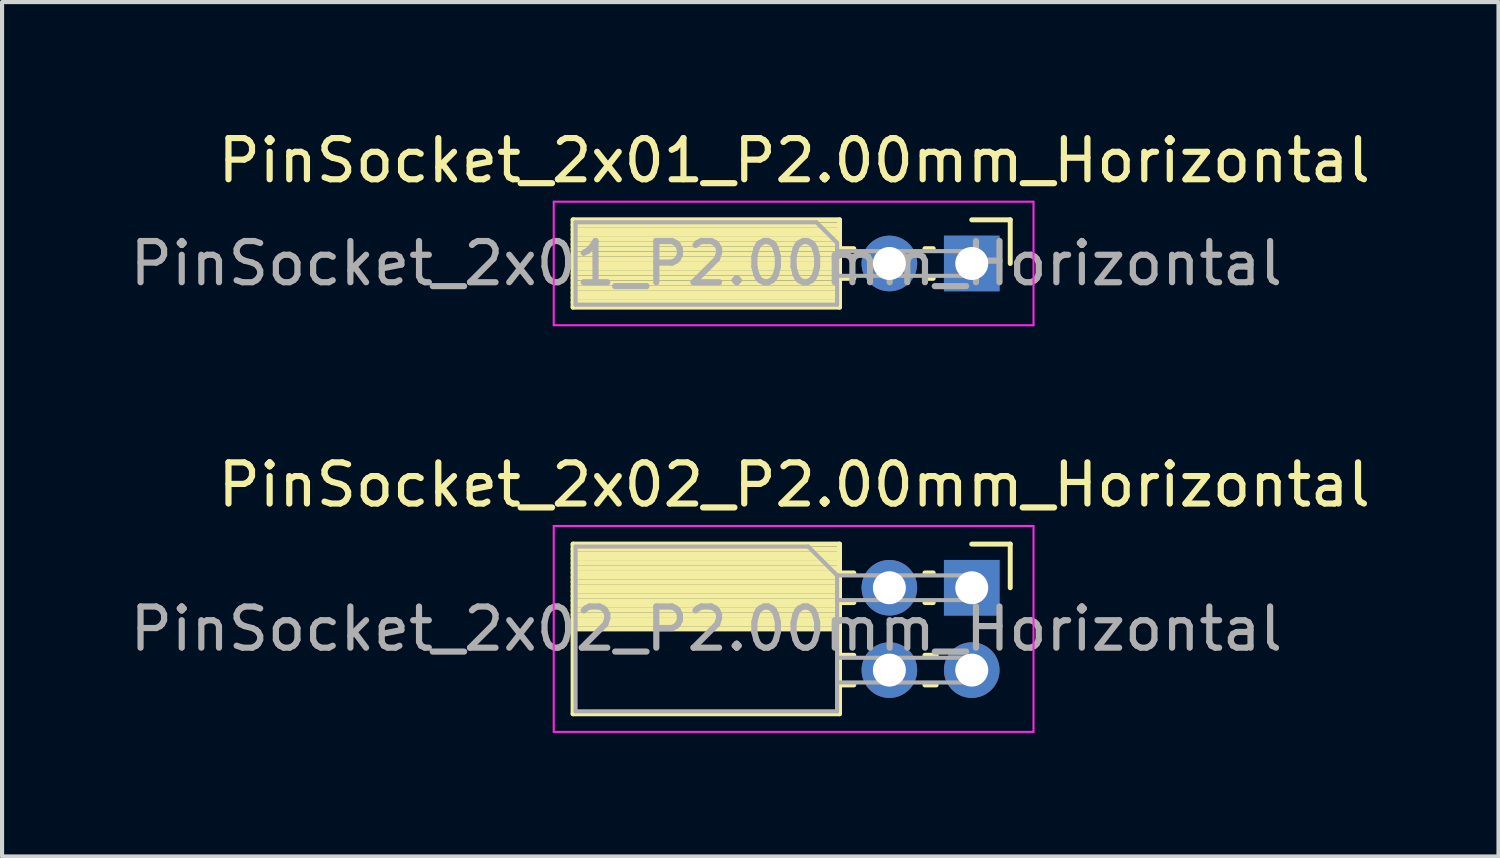
<source format=kicad_pcb>
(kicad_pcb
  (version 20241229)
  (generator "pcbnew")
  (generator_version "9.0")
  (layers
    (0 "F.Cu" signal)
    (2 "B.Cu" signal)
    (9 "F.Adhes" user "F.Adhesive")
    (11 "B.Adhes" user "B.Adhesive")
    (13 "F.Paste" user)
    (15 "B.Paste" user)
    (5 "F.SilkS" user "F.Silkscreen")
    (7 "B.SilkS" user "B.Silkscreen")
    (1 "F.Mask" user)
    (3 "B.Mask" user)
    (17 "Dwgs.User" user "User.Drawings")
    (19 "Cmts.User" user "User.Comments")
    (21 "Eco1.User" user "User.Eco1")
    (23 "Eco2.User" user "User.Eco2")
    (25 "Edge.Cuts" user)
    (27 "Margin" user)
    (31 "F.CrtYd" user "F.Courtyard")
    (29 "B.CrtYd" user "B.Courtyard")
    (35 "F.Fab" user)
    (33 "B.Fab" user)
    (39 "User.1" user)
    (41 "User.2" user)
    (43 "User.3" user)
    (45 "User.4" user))
  (footprint "PinSocket_2x01_P2.00mm_Horizontal"
    (layer "F.Cu")
    (at 20.546 3.348)
    (property "Reference" "PinSocket_2x01_P2.00mm_Horizontal" (at -4.31 -2.5 0) (layer "F.SilkS") (effects (font (size 1 1) (thickness 0.15))))
    (attr through_hole)
    (fp_line (start -9.68 -1.06) (end -9.68 1.06) (stroke (width 0.12) (type solid)) (layer "F.SilkS"))
    (fp_line (start -9.68 -1.06) (end -3.21 -1.06) (stroke (width 0.12) (type solid)) (layer "F.SilkS"))
    (fp_line (start -9.68 -0.94) (end -3.21 -0.94) (stroke (width 0.12) (type solid)) (layer "F.SilkS"))
    (fp_line (start -9.68 -0.822) (end -3.21 -0.822) (stroke (width 0.12) (type solid)) (layer "F.SilkS"))
    (fp_line (start -9.68 -0.705) (end -3.21 -0.705) (stroke (width 0.12) (type solid)) (layer "F.SilkS"))
    (fp_line (start -9.68 -0.587) (end -3.21 -0.587) (stroke (width 0.12) (type solid)) (layer "F.SilkS"))
    (fp_line (start -9.68 -0.469) (end -3.21 -0.469) (stroke (width 0.12) (type solid)) (layer "F.SilkS"))
    (fp_line (start -9.68 -0.352) (end -3.21 -0.352) (stroke (width 0.12) (type solid)) (layer "F.SilkS"))
    (fp_line (start -9.68 -0.234) (end -3.21 -0.234) (stroke (width 0.12) (type solid)) (layer "F.SilkS"))
    (fp_line (start -9.68 -0.116) (end -3.21 -0.116) (stroke (width 0.12) (type solid)) (layer "F.SilkS"))
    (fp_line (start -9.68 0.001) (end -3.21 0.001) (stroke (width 0.12) (type solid)) (layer "F.SilkS"))
    (fp_line (start -9.68 0.119) (end -3.21 0.119) (stroke (width 0.12) (type solid)) (layer "F.SilkS"))
    (fp_line (start -9.68 0.236) (end -3.21 0.236) (stroke (width 0.12) (type solid)) (layer "F.SilkS"))
    (fp_line (start -9.68 0.354) (end -3.21 0.354) (stroke (width 0.12) (type solid)) (layer "F.SilkS"))
    (fp_line (start -9.68 0.472) (end -3.21 0.472) (stroke (width 0.12) (type solid)) (layer "F.SilkS"))
    (fp_line (start -9.68 0.589) (end -3.21 0.589) (stroke (width 0.12) (type solid)) (layer "F.SilkS"))
    (fp_line (start -9.68 0.707) (end -3.21 0.707) (stroke (width 0.12) (type solid)) (layer "F.SilkS"))
    (fp_line (start -9.68 0.825) (end -3.21 0.825) (stroke (width 0.12) (type solid)) (layer "F.SilkS"))
    (fp_line (start -9.68 0.942) (end -3.21 0.942) (stroke (width 0.12) (type solid)) (layer "F.SilkS"))
    (fp_line (start -9.68 1.06) (end -3.21 1.06) (stroke (width 0.12) (type solid)) (layer "F.SilkS"))
    (fp_line (start -3.21 -1.06) (end -3.21 1.06) (stroke (width 0.12) (type solid)) (layer "F.SilkS"))
    (fp_line (start -3.21 -0.36) (end -2.863 -0.36) (stroke (width 0.12) (type solid)) (layer "F.SilkS"))
    (fp_line (start -3.21 0.36) (end -2.863 0.36) (stroke (width 0.12) (type solid)) (layer "F.SilkS"))
    (fp_line (start -1.137 -0.36) (end -0.935 -0.36) (stroke (width 0.12) (type solid)) (layer "F.SilkS"))
    (fp_line (start -1.137 0.36) (end -0.935 0.36) (stroke (width 0.12) (type solid)) (layer "F.SilkS"))
    (fp_line (start 0 -1.06) (end 0.935 -1.06) (stroke (width 0.12) (type solid)) (layer "F.SilkS"))
    (fp_line (start 0.935 -1.06) (end 0.935 0) (stroke (width 0.12) (type solid)) (layer "F.SilkS"))
    (fp_line (start -10.15 -1.5) (end -10.15 1.5) (stroke (width 0.05) (type solid)) (layer "F.CrtYd"))
    (fp_line (start -10.15 1.5) (end 1.5 1.5) (stroke (width 0.05) (type solid)) (layer "F.CrtYd"))
    (fp_line (start 1.5 -1.5) (end -10.15 -1.5) (stroke (width 0.05) (type solid)) (layer "F.CrtYd"))
    (fp_line (start 1.5 1.5) (end 1.5 -1.5) (stroke (width 0.05) (type solid)) (layer "F.CrtYd"))
    (fp_line (start -9.62 -1) (end -3.77 -1) (stroke (width 0.1) (type solid)) (layer "F.Fab"))
    (fp_line (start -9.62 1) (end -9.62 -1) (stroke (width 0.1) (type solid)) (layer "F.Fab"))
    (fp_line (start -3.77 -1) (end -3.27 -0.5) (stroke (width 0.1) (type solid)) (layer "F.Fab"))
    (fp_line (start -3.27 -0.5) (end -3.27 1) (stroke (width 0.1) (type solid)) (layer "F.Fab"))
    (fp_line (start -3.27 0.3) (end 0 0.3) (stroke (width 0.1) (type solid)) (layer "F.Fab"))
    (fp_line (start -3.27 1) (end -9.62 1) (stroke (width 0.1) (type solid)) (layer "F.Fab"))
    (fp_line (start 0 -0.3) (end -3.27 -0.3) (stroke (width 0.1) (type solid)) (layer "F.Fab"))
    (fp_line (start 0 0.3) (end 0 -0.3) (stroke (width 0.1) (type solid)) (layer "F.Fab"))
    (fp_text user "${REFERENCE}" (at -6.445 0 0) (layer "F.Fab") (effects (font (size 1 1) (thickness 0.15))))
    (pad "1" thru_hole rect (at 0 0) (size 1.35 1.35) (drill 0.8) (layers "*.Cu" "*.Mask"))
    (pad "2" thru_hole oval (at -2 0) (size 1.35 1.35) (drill 0.8) (layers "*.Cu" "*.Mask")))
  (footprint "PinSocket_2x02_P2.00mm_Horizontal"
    (layer "F.Cu")
    (at 20.546 11.222)
    (property "Reference" "PinSocket_2x02_P2.00mm_Horizontal" (at -4.31 -2.5 0) (layer "F.SilkS") (effects (font (size 1 1) (thickness 0.15))))
    (attr through_hole)
    (fp_line (start -9.68 -1.06) (end -9.68 3.06) (stroke (width 0.12) (type solid)) (layer "F.SilkS"))
    (fp_line (start -9.68 -1.06) (end -3.21 -1.06) (stroke (width 0.12) (type solid)) (layer "F.SilkS"))
    (fp_line (start -9.68 -0.94) (end -3.21 -0.94) (stroke (width 0.12) (type solid)) (layer "F.SilkS"))
    (fp_line (start -9.68 -0.826) (end -3.21 -0.826) (stroke (width 0.12) (type solid)) (layer "F.SilkS"))
    (fp_line (start -9.68 -0.712) (end -3.21 -0.712) (stroke (width 0.12) (type solid)) (layer "F.SilkS"))
    (fp_line (start -9.68 -0.598) (end -3.21 -0.598) (stroke (width 0.12) (type solid)) (layer "F.SilkS"))
    (fp_line (start -9.68 -0.484) (end -3.21 -0.484) (stroke (width 0.12) (type solid)) (layer "F.SilkS"))
    (fp_line (start -9.68 -0.369) (end -3.21 -0.369) (stroke (width 0.12) (type solid)) (layer "F.SilkS"))
    (fp_line (start -9.68 -0.255) (end -3.21 -0.255) (stroke (width 0.12) (type solid)) (layer "F.SilkS"))
    (fp_line (start -9.68 -0.141) (end -3.21 -0.141) (stroke (width 0.12) (type solid)) (layer "F.SilkS"))
    (fp_line (start -9.68 -0.027) (end -3.21 -0.027) (stroke (width 0.12) (type solid)) (layer "F.SilkS"))
    (fp_line (start -9.68 0.087) (end -3.21 0.087) (stroke (width 0.12) (type solid)) (layer "F.SilkS"))
    (fp_line (start -9.68 0.201) (end -3.21 0.201) (stroke (width 0.12) (type solid)) (layer "F.SilkS"))
    (fp_line (start -9.68 0.315) (end -3.21 0.315) (stroke (width 0.12) (type solid)) (layer "F.SilkS"))
    (fp_line (start -9.68 0.429) (end -3.21 0.429) (stroke (width 0.12) (type solid)) (layer "F.SilkS"))
    (fp_line (start -9.68 0.544) (end -3.21 0.544) (stroke (width 0.12) (type solid)) (layer "F.SilkS"))
    (fp_line (start -9.68 0.658) (end -3.21 0.658) (stroke (width 0.12) (type solid)) (layer "F.SilkS"))
    (fp_line (start -9.68 0.772) (end -3.21 0.772) (stroke (width 0.12) (type solid)) (layer "F.SilkS"))
    (fp_line (start -9.68 0.886) (end -3.21 0.886) (stroke (width 0.12) (type solid)) (layer "F.SilkS"))
    (fp_line (start -9.68 1) (end -3.21 1) (stroke (width 0.12) (type solid)) (layer "F.SilkS"))
    (fp_line (start -9.68 3.06) (end -3.21 3.06) (stroke (width 0.12) (type solid)) (layer "F.SilkS"))
    (fp_line (start -3.21 -1.06) (end -3.21 3.06) (stroke (width 0.12) (type solid)) (layer "F.SilkS"))
    (fp_line (start -3.21 -0.36) (end -2.863 -0.36) (stroke (width 0.12) (type solid)) (layer "F.SilkS"))
    (fp_line (start -3.21 0.36) (end -2.863 0.36) (stroke (width 0.12) (type solid)) (layer "F.SilkS"))
    (fp_line (start -3.21 1.64) (end -2.863 1.64) (stroke (width 0.12) (type solid)) (layer "F.SilkS"))
    (fp_line (start -3.21 2.36) (end -2.863 2.36) (stroke (width 0.12) (type solid)) (layer "F.SilkS"))
    (fp_line (start -1.137 -0.36) (end -0.935 -0.36) (stroke (width 0.12) (type solid)) (layer "F.SilkS"))
    (fp_line (start -1.137 0.36) (end -0.935 0.36) (stroke (width 0.12) (type solid)) (layer "F.SilkS"))
    (fp_line (start -1.137 1.64) (end -0.863 1.64) (stroke (width 0.12) (type solid)) (layer "F.SilkS"))
    (fp_line (start -1.137 2.36) (end -0.863 2.36) (stroke (width 0.12) (type solid)) (layer "F.SilkS"))
    (fp_line (start 0 -1.06) (end 0.935 -1.06) (stroke (width 0.12) (type solid)) (layer "F.SilkS"))
    (fp_line (start 0.935 -1.06) (end 0.935 0) (stroke (width 0.12) (type solid)) (layer "F.SilkS"))
    (fp_line (start -10.15 -1.5) (end -10.15 3.5) (stroke (width 0.05) (type solid)) (layer "F.CrtYd"))
    (fp_line (start -10.15 3.5) (end 1.5 3.5) (stroke (width 0.05) (type solid)) (layer "F.CrtYd"))
    (fp_line (start 1.5 -1.5) (end -10.15 -1.5) (stroke (width 0.05) (type solid)) (layer "F.CrtYd"))
    (fp_line (start 1.5 3.5) (end 1.5 -1.5) (stroke (width 0.05) (type solid)) (layer "F.CrtYd"))
    (fp_line (start -9.62 -1) (end -3.97 -1) (stroke (width 0.1) (type solid)) (layer "F.Fab"))
    (fp_line (start -9.62 3) (end -9.62 -1) (stroke (width 0.1) (type solid)) (layer "F.Fab"))
    (fp_line (start -3.97 -1) (end -3.27 -0.3) (stroke (width 0.1) (type solid)) (layer "F.Fab"))
    (fp_line (start -3.27 -0.3) (end -3.27 3) (stroke (width 0.1) (type solid)) (layer "F.Fab"))
    (fp_line (start -3.27 0.3) (end 0 0.3) (stroke (width 0.1) (type solid)) (layer "F.Fab"))
    (fp_line (start -3.27 2.3) (end 0 2.3) (stroke (width 0.1) (type solid)) (layer "F.Fab"))
    (fp_line (start -3.27 3) (end -9.62 3) (stroke (width 0.1) (type solid)) (layer "F.Fab"))
    (fp_line (start 0 -0.3) (end -3.27 -0.3) (stroke (width 0.1) (type solid)) (layer "F.Fab"))
    (fp_line (start 0 0.3) (end 0 -0.3) (stroke (width 0.1) (type solid)) (layer "F.Fab"))
    (fp_line (start 0 1.7) (end -3.27 1.7) (stroke (width 0.1) (type solid)) (layer "F.Fab"))
    (fp_line (start 0 2.3) (end 0 1.7) (stroke (width 0.1) (type solid)) (layer "F.Fab"))
    (fp_text user "${REFERENCE}" (at -6.445 1 0) (layer "F.Fab") (effects (font (size 1 1) (thickness 0.15))))
    (pad "1" thru_hole rect (at 0 0) (size 1.35 1.35) (drill 0.8) (layers "*.Cu" "*.Mask"))
    (pad "2" thru_hole oval (at -2 0) (size 1.35 1.35) (drill 0.8) (layers "*.Cu" "*.Mask"))
    (pad "3" thru_hole oval (at 0 2) (size 1.35 1.35) (drill 0.8) (layers "*.Cu" "*.Mask"))
    (pad "4" thru_hole oval (at -2 2) (size 1.35 1.35) (drill 0.8) (layers "*.Cu" "*.Mask")))
  (gr_rect
    (start -3 -3)
    (end 33.337 17.747)
    (stroke (width 0.1) (type default))
    (fill no)
    (layer "Edge.Cuts")))
</source>
